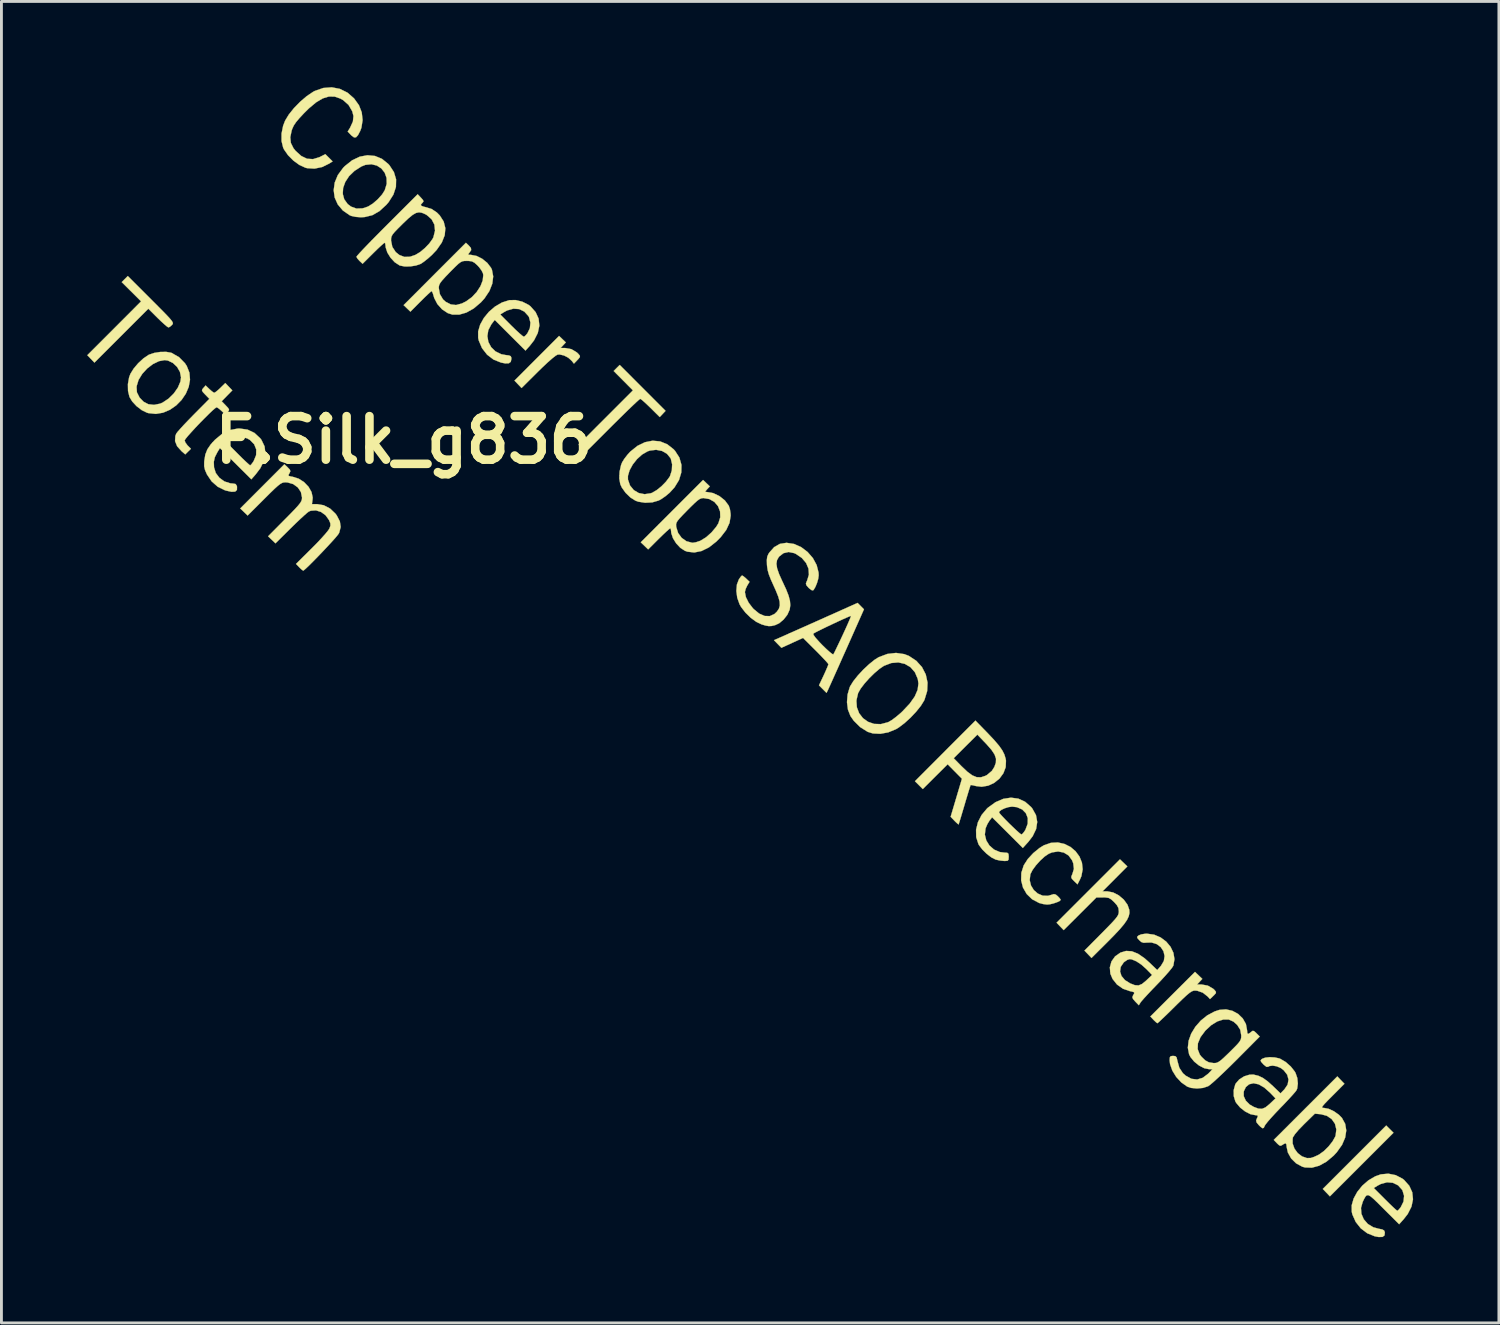
<source format=kicad_pcb>
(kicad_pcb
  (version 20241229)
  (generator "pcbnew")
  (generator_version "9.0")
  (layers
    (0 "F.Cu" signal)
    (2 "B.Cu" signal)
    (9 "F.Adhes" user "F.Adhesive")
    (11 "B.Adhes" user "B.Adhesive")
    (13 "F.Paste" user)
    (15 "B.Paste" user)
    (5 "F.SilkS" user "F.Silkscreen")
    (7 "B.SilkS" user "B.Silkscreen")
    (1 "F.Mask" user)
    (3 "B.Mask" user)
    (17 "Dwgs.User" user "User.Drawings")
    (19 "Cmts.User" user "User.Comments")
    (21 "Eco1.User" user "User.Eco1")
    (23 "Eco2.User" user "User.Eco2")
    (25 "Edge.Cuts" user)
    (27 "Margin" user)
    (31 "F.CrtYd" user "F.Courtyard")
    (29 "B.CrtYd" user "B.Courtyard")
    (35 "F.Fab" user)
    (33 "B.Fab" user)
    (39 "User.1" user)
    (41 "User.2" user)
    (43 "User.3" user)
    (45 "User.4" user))
  (footprint "F.Silk_g836"
    (layer "F.Cu")
    (at 11.072 12.342)
    (property "Reference" "F.Silk_g836" (at 0 0 0) (layer "F.SilkS") (effects (font (size 1.524 1.524) (thickness 0.3))))
    (attr through_hole)
    (fp_poly (pts (xy 34.501 24.11) (xy 34.628 24.237) (xy 33.516 25.349) (xy 32.403 26.461) (xy 32.279 26.331) (xy 32.155 26.202) (xy 34.374 23.983) (xy 34.501 24.11)) (stroke (width 0.01) (type solid)) (fill yes) (layer "F.SilkS"))
    (fp_poly (pts (xy 8.36 -1.821) (xy 9.161 -1.019) (xy 9.06 -0.91) (xy 8.958 -0.802) (xy 8.637 -1.121) (xy 8.502 -1.251) (xy 8.387 -1.356) (xy 8.306 -1.422) (xy 8.276 -1.439) (xy 8.237 -1.41) (xy 8.146 -1.329) (xy 8.01 -1.201) (xy 7.837 -1.035) (xy 7.636 -0.838) (xy 7.412 -0.617) (xy 7.301 -0.507) (xy 6.368 0.426) (xy 6.244 0.296) (xy 6.12 0.167) (xy 8.021 -1.735) (xy 7.684 -2.074) (xy 7.347 -2.413) (xy 7.452 -2.519) (xy 7.558 -2.624) (xy 8.36 -1.821)) (stroke (width 0.01) (type solid)) (fill yes) (layer "F.SilkS"))
    (fp_poly (pts (xy -8.839 -4.923) (xy -8.598 -4.681) (xy -8.41 -4.492) (xy -8.271 -4.348) (xy -8.174 -4.242) (xy -8.113 -4.167) (xy -8.081 -4.114) (xy -8.074 -4.077) (xy -8.084 -4.049) (xy -8.105 -4.024) (xy -8.178 -3.959) (xy -8.229 -3.937) (xy -8.276 -3.965) (xy -8.367 -4.042) (xy -8.49 -4.154) (xy -8.604 -4.264) (xy -8.933 -4.592) (xy -10.819 -2.707) (xy -10.943 -2.836) (xy -11.067 -2.966) (xy -10.126 -3.907) (xy -9.186 -4.849) (xy -9.864 -5.523) (xy -9.757 -5.629) (xy -9.651 -5.735) (xy -8.839 -4.923)) (stroke (width 0.01) (type solid)) (fill yes) (layer "F.SilkS"))
    (fp_poly (pts (xy 5.555 -3.526) (xy 5.673 -3.413) (xy 5.581 -3.315) (xy 5.489 -3.217) (xy 5.646 -3.217) (xy 5.868 -3.177) (xy 6.061 -3.061) (xy 6.114 -3.009) (xy 6.163 -2.949) (xy 6.165 -2.902) (xy 6.117 -2.839) (xy 6.076 -2.795) (xy 5.957 -2.671) (xy 5.879 -2.769) (xy 5.76 -2.877) (xy 5.608 -2.956) (xy 5.457 -2.991) (xy 5.383 -2.986) (xy 5.314 -2.946) (xy 5.195 -2.852) (xy 5.037 -2.713) (xy 4.848 -2.535) (xy 4.697 -2.388) (xy 4.124 -1.818) (xy 3.877 -2.077) (xy 5.437 -3.639) (xy 5.555 -3.526)) (stroke (width 0.01) (type solid)) (fill yes) (layer "F.SilkS"))
    (fp_poly (pts (xy 27.812 18.731) (xy 27.94 18.854) (xy 27.848 18.952) (xy 27.756 19.05) (xy 27.914 19.05) (xy 28.131 19.089) (xy 28.319 19.197) (xy 28.374 19.25) (xy 28.417 19.307) (xy 28.413 19.354) (xy 28.354 19.42) (xy 28.328 19.445) (xy 28.209 19.56) (xy 28.127 19.47) (xy 27.959 19.337) (xy 27.762 19.268) (xy 27.681 19.262) (xy 27.626 19.268) (xy 27.565 19.294) (xy 27.488 19.346) (xy 27.385 19.432) (xy 27.247 19.56) (xy 27.064 19.738) (xy 26.968 19.833) (xy 26.788 20.011) (xy 26.628 20.166) (xy 26.499 20.289) (xy 26.41 20.372) (xy 26.37 20.404) (xy 26.369 20.405) (xy 26.329 20.377) (xy 26.255 20.309) (xy 26.234 20.287) (xy 26.122 20.169) (xy 26.903 19.389) (xy 27.684 18.609) (xy 27.812 18.731)) (stroke (width 0.01) (type solid)) (fill yes) (layer "F.SilkS"))
    (fp_poly (pts (xy 25.317 14.919) (xy 24.883 15.355) (xy 24.449 15.79) (xy 24.618 15.791) (xy 24.82 15.83) (xy 25.018 15.932) (xy 25.193 16.081) (xy 25.323 16.26) (xy 25.385 16.436) (xy 25.391 16.547) (xy 25.366 16.662) (xy 25.306 16.789) (xy 25.204 16.937) (xy 25.055 17.115) (xy 24.851 17.332) (xy 24.648 17.538) (xy 24.063 18.121) (xy 23.817 17.864) (xy 24.418 17.258) (xy 24.623 17.05) (xy 24.775 16.892) (xy 24.883 16.774) (xy 24.953 16.686) (xy 24.994 16.618) (xy 25.013 16.561) (xy 25.019 16.503) (xy 25.019 16.491) (xy 25.006 16.378) (xy 24.955 16.279) (xy 24.855 16.166) (xy 24.749 16.069) (xy 24.66 16.02) (xy 24.549 16.004) (xy 24.464 16.002) (xy 24.237 16.002) (xy 23.09 17.147) (xy 22.966 17.018) (xy 22.842 16.888) (xy 25.059 14.671) (xy 25.317 14.919)) (stroke (width 0.01) (type solid)) (fill yes) (layer "F.SilkS"))
    (fp_poly (pts (xy -1.004 -9.936) (xy -0.758 -9.834) (xy -0.538 -9.655) (xy -0.498 -9.611) (xy -0.341 -9.371) (xy -0.265 -9.116) (xy -0.271 -8.852) (xy -0.359 -8.585) (xy -0.527 -8.32) (xy -0.608 -8.226) (xy -0.847 -8.006) (xy -1.094 -7.865) (xy -1.361 -7.799) (xy -1.503 -7.791) (xy -1.68 -7.805) (xy -1.831 -7.838) (xy -1.884 -7.859) (xy -2.13 -8.03) (xy -2.306 -8.241) (xy -2.413 -8.48) (xy -2.431 -8.611) (xy -2.131 -8.611) (xy -2.079 -8.419) (xy -1.959 -8.254) (xy -1.843 -8.165) (xy -1.653 -8.096) (xy -1.436 -8.103) (xy -1.249 -8.165) (xy -1.079 -8.27) (xy -0.905 -8.421) (xy -0.753 -8.591) (xy -0.661 -8.738) (xy -0.593 -8.96) (xy -0.598 -9.168) (xy -0.664 -9.351) (xy -0.781 -9.499) (xy -0.939 -9.601) (xy -1.127 -9.646) (xy -1.336 -9.625) (xy -1.478 -9.569) (xy -1.72 -9.414) (xy -1.91 -9.23) (xy -2.043 -9.027) (xy -2.118 -8.817) (xy -2.131 -8.611) (xy -2.431 -8.611) (xy -2.448 -8.739) (xy -2.412 -9.005) (xy -2.302 -9.27) (xy -2.117 -9.521) (xy -2.057 -9.582) (xy -1.802 -9.785) (xy -1.535 -9.911) (xy -1.266 -9.961) (xy -1.004 -9.936)) (stroke (width 0.01) (type solid)) (fill yes) (layer "F.SilkS"))
    (fp_poly (pts (xy -6.117 -1.863) (xy -5.995 -1.735) (xy -6.367 -1.355) (xy -6.224 -1.208) (xy -6.14 -1.118) (xy -6.109 -1.062) (xy -6.124 -1.016) (xy -6.16 -0.974) (xy -6.238 -0.887) (xy -6.37 -1.015) (xy -6.46 -1.094) (xy -6.53 -1.139) (xy -6.545 -1.143) (xy -6.593 -1.113) (xy -6.686 -1.033) (xy -6.812 -0.913) (xy -6.96 -0.766) (xy -7.119 -0.605) (xy -7.276 -0.44) (xy -7.42 -0.283) (xy -7.541 -0.148) (xy -7.625 -0.046) (xy -7.662 0.012) (xy -7.662 0.016) (xy -7.634 0.093) (xy -7.565 0.186) (xy -7.553 0.198) (xy -7.443 0.308) (xy -7.542 0.406) (xy -7.641 0.504) (xy -7.774 0.389) (xy -7.926 0.219) (xy -7.998 0.04) (xy -7.987 -0.142) (xy -7.954 -0.225) (xy -7.91 -0.284) (xy -7.816 -0.391) (xy -7.684 -0.535) (xy -7.522 -0.704) (xy -7.352 -0.878) (xy -6.797 -1.438) (xy -6.941 -1.586) (xy -7.025 -1.676) (xy -7.056 -1.732) (xy -7.042 -1.777) (xy -7.006 -1.82) (xy -6.928 -1.907) (xy -6.796 -1.779) (xy -6.706 -1.7) (xy -6.639 -1.655) (xy -6.625 -1.651) (xy -6.576 -1.679) (xy -6.489 -1.75) (xy -6.413 -1.821) (xy -6.24 -1.991) (xy -6.117 -1.863)) (stroke (width 0.01) (type solid)) (fill yes) (layer "F.SilkS"))
    (fp_poly (pts (xy -8.136 -3.052) (xy -8.117 -3.045) (xy -7.859 -2.897) (xy -7.652 -2.686) (xy -7.589 -2.59) (xy -7.495 -2.354) (xy -7.475 -2.107) (xy -7.52 -1.859) (xy -7.621 -1.62) (xy -7.77 -1.4) (xy -7.958 -1.209) (xy -8.176 -1.057) (xy -8.416 -0.955) (xy -8.669 -0.912) (xy -8.927 -0.939) (xy -8.98 -0.954) (xy -9.162 -1.043) (xy -9.345 -1.183) (xy -9.499 -1.35) (xy -9.592 -1.505) (xy -9.643 -1.714) (xy -9.646 -1.872) (xy -9.345 -1.872) (xy -9.333 -1.668) (xy -9.239 -1.482) (xy -9.1 -1.339) (xy -8.933 -1.251) (xy -8.733 -1.228) (xy -8.522 -1.27) (xy -8.433 -1.308) (xy -8.223 -1.448) (xy -8.04 -1.63) (xy -7.898 -1.834) (xy -7.81 -2.043) (xy -7.789 -2.189) (xy -7.827 -2.382) (xy -7.927 -2.556) (xy -8.073 -2.694) (xy -8.247 -2.778) (xy -8.363 -2.794) (xy -8.561 -2.757) (xy -8.771 -2.655) (xy -8.972 -2.502) (xy -9.146 -2.312) (xy -9.275 -2.101) (xy -9.276 -2.098) (xy -9.345 -1.872) (xy -9.646 -1.872) (xy -9.647 -1.956) (xy -9.605 -2.193) (xy -9.56 -2.313) (xy -9.447 -2.496) (xy -9.287 -2.685) (xy -9.105 -2.853) (xy -8.928 -2.974) (xy -8.906 -2.985) (xy -8.725 -3.046) (xy -8.514 -3.079) (xy -8.306 -3.082) (xy -8.136 -3.052)) (stroke (width 0.01) (type solid)) (fill yes) (layer "F.SilkS"))
    (fp_poly (pts (xy 8.972 0.05) (xy 9.22 0.15) (xy 9.444 0.326) (xy 9.494 0.381) (xy 9.646 0.617) (xy 9.718 0.872) (xy 9.713 1.136) (xy 9.632 1.402) (xy 9.475 1.659) (xy 9.304 1.846) (xy 9.164 1.963) (xy 9.016 2.066) (xy 8.921 2.118) (xy 8.697 2.183) (xy 8.447 2.196) (xy 8.208 2.159) (xy 8.107 2.122) (xy 7.93 2.01) (xy 7.764 1.848) (xy 7.633 1.666) (xy 7.578 1.546) (xy 7.55 1.384) (xy 7.846 1.384) (xy 7.918 1.592) (xy 8.05 1.753) (xy 8.225 1.857) (xy 8.43 1.897) (xy 8.648 1.864) (xy 8.698 1.845) (xy 8.851 1.755) (xy 9.02 1.619) (xy 9.176 1.459) (xy 9.294 1.303) (xy 9.317 1.263) (xy 9.382 1.064) (xy 9.392 0.851) (xy 9.347 0.661) (xy 9.336 0.637) (xy 9.212 0.484) (xy 9.038 0.384) (xy 8.832 0.344) (xy 8.616 0.37) (xy 8.531 0.399) (xy 8.34 0.51) (xy 8.163 0.67) (xy 8.013 0.86) (xy 7.903 1.061) (xy 7.846 1.255) (xy 7.846 1.384) (xy 7.55 1.384) (xy 7.543 1.342) (xy 7.554 1.107) (xy 7.605 0.878) (xy 7.643 0.783) (xy 7.717 0.662) (xy 7.828 0.518) (xy 7.926 0.41) (xy 8.177 0.207) (xy 8.441 0.079) (xy 8.709 0.026) (xy 8.972 0.05)) (stroke (width 0.01) (type solid)) (fill yes) (layer "F.SilkS"))
    (fp_poly (pts (xy 20.448 10.274) (xy 20.666 10.506) (xy 20.828 10.696) (xy 20.942 10.858) (xy 21.016 11.005) (xy 21.059 11.15) (xy 21.071 11.219) (xy 21.061 11.447) (xy 20.981 11.659) (xy 20.844 11.846) (xy 20.662 11.994) (xy 20.451 12.093) (xy 20.222 12.132) (xy 20.024 12.108) (xy 19.914 12.081) (xy 19.844 12.071) (xy 19.833 12.073) (xy 19.818 12.116) (xy 19.783 12.226) (xy 19.733 12.391) (xy 19.671 12.596) (xy 19.622 12.764) (xy 19.555 12.989) (xy 19.497 13.184) (xy 19.451 13.334) (xy 19.422 13.427) (xy 19.414 13.451) (xy 19.382 13.429) (xy 19.311 13.364) (xy 19.269 13.322) (xy 19.135 13.183) (xy 19.531 11.851) (xy 19.031 11.345) (xy 18.596 11.778) (xy 18.161 12.212) (xy 18.024 12.075) (xy 17.887 11.938) (xy 18.69 11.133) (xy 19.242 11.133) (xy 19.516 11.413) (xy 19.721 11.607) (xy 19.894 11.734) (xy 20.048 11.797) (xy 20.196 11.801) (xy 20.35 11.75) (xy 20.409 11.719) (xy 20.578 11.576) (xy 20.664 11.44) (xy 20.718 11.291) (xy 20.723 11.152) (xy 20.674 11.007) (xy 20.567 10.844) (xy 20.396 10.648) (xy 20.362 10.612) (xy 20.07 10.308) (xy 19.656 10.72) (xy 19.242 11.133) (xy 18.69 11.133) (xy 18.945 10.877) (xy 20.003 9.817) (xy 20.448 10.274)) (stroke (width 0.01) (type solid)) (fill yes) (layer "F.SilkS"))
    (fp_poly (pts (xy 23.118 14.133) (xy 23.328 14.238) (xy 23.506 14.389) (xy 23.643 14.575) (xy 23.729 14.789) (xy 23.754 15.02) (xy 23.71 15.259) (xy 23.661 15.373) (xy 23.573 15.546) (xy 23.451 15.429) (xy 23.375 15.349) (xy 23.354 15.291) (xy 23.379 15.218) (xy 23.391 15.194) (xy 23.448 15.007) (xy 23.425 14.811) (xy 23.382 14.702) (xy 23.261 14.537) (xy 23.094 14.434) (xy 22.895 14.396) (xy 22.682 14.429) (xy 22.568 14.476) (xy 22.425 14.572) (xy 22.269 14.715) (xy 22.12 14.88) (xy 21.999 15.046) (xy 21.926 15.189) (xy 21.923 15.2) (xy 21.901 15.399) (xy 21.946 15.586) (xy 22.045 15.747) (xy 22.185 15.869) (xy 22.354 15.941) (xy 22.538 15.948) (xy 22.651 15.916) (xy 22.747 15.887) (xy 22.817 15.906) (xy 22.883 15.961) (xy 22.954 16.036) (xy 22.987 16.087) (xy 22.987 16.089) (xy 22.95 16.128) (xy 22.856 16.172) (xy 22.732 16.214) (xy 22.605 16.244) (xy 22.51 16.253) (xy 22.37 16.235) (xy 22.231 16.198) (xy 21.986 16.068) (xy 21.796 15.884) (xy 21.666 15.658) (xy 21.602 15.407) (xy 21.609 15.142) (xy 21.693 14.88) (xy 21.698 14.872) (xy 21.834 14.661) (xy 22.026 14.453) (xy 22.244 14.274) (xy 22.399 14.179) (xy 22.644 14.094) (xy 22.887 14.081) (xy 23.118 14.133)) (stroke (width 0.01) (type solid)) (fill yes) (layer "F.SilkS"))
    (fp_poly (pts (xy 4.15 -4.838) (xy 4.365 -4.729) (xy 4.436 -4.676) (xy 4.617 -4.472) (xy 4.721 -4.244) (xy 4.746 -3.999) (xy 4.692 -3.743) (xy 4.561 -3.485) (xy 4.415 -3.297) (xy 4.261 -3.127) (xy 3.186 -4.2) (xy 3.069 -4.047) (xy 2.961 -3.844) (xy 2.928 -3.634) (xy 2.963 -3.429) (xy 3.06 -3.246) (xy 3.212 -3.099) (xy 3.411 -3.001) (xy 3.558 -2.973) (xy 3.683 -2.957) (xy 3.745 -2.932) (xy 3.766 -2.882) (xy 3.768 -2.835) (xy 3.747 -2.734) (xy 3.679 -2.683) (xy 3.553 -2.679) (xy 3.408 -2.707) (xy 3.144 -2.812) (xy 2.918 -2.985) (xy 2.741 -3.212) (xy 2.628 -3.477) (xy 2.607 -3.569) (xy 2.606 -3.797) (xy 2.676 -4.035) (xy 2.805 -4.268) (xy 2.906 -4.391) (xy 3.379 -4.391) (xy 3.774 -3.994) (xy 3.923 -3.849) (xy 4.053 -3.729) (xy 4.15 -3.646) (xy 4.204 -3.612) (xy 4.209 -3.611) (xy 4.261 -3.652) (xy 4.329 -3.732) (xy 4.329 -3.732) (xy 4.415 -3.909) (xy 4.435 -4.106) (xy 4.386 -4.293) (xy 4.365 -4.332) (xy 4.222 -4.491) (xy 4.043 -4.579) (xy 3.839 -4.593) (xy 3.621 -4.532) (xy 3.52 -4.478) (xy 3.379 -4.391) (xy 2.906 -4.391) (xy 2.983 -4.484) (xy 3.198 -4.669) (xy 3.439 -4.809) (xy 3.695 -4.891) (xy 3.916 -4.895) (xy 4.15 -4.838)) (stroke (width 0.01) (type solid)) (fill yes) (layer "F.SilkS"))
    (fp_poly (pts (xy -5.462 -0.362) (xy -5.22 -0.247) (xy -5.019 -0.06) (xy -4.975 -0.002) (xy -4.866 0.225) (xy -4.837 0.47) (xy -4.887 0.727) (xy -5.016 0.99) (xy -5.18 1.206) (xy -5.329 1.376) (xy -6.428 0.283) (xy -6.517 0.427) (xy -6.606 0.601) (xy -6.642 0.763) (xy -6.635 0.958) (xy -6.635 0.958) (xy -6.573 1.156) (xy -6.445 1.325) (xy -6.27 1.451) (xy -6.064 1.517) (xy -5.975 1.524) (xy -5.882 1.54) (xy -5.838 1.603) (xy -5.83 1.64) (xy -5.833 1.748) (xy -5.895 1.806) (xy -6.02 1.813) (xy -6.211 1.772) (xy -6.253 1.759) (xy -6.503 1.638) (xy -6.717 1.45) (xy -6.88 1.209) (xy -6.883 1.203) (xy -6.95 1.049) (xy -6.979 0.92) (xy -6.978 0.771) (xy -6.974 0.725) (xy -6.939 0.51) (xy -6.867 0.327) (xy -6.746 0.151) (xy -6.691 0.091) (xy -6.194 0.091) (xy -5.796 0.49) (xy -5.648 0.638) (xy -5.52 0.76) (xy -5.424 0.847) (xy -5.374 0.888) (xy -5.37 0.889) (xy -5.332 0.856) (xy -5.271 0.774) (xy -5.247 0.737) (xy -5.162 0.531) (xy -5.157 0.331) (xy -5.23 0.151) (xy -5.376 0.002) (xy -5.472 -0.055) (xy -5.666 -0.108) (xy -5.872 -0.079) (xy -6.055 0.007) (xy -6.194 0.091) (xy -6.691 0.091) (xy -6.599 -0.009) (xy -6.35 -0.216) (xy -6.092 -0.344) (xy -5.812 -0.398) (xy -5.736 -0.4) (xy -5.462 -0.362)) (stroke (width 0.01) (type solid)) (fill yes) (layer "F.SilkS"))
    (fp_poly (pts (xy -2.231 -12.282) (xy -1.968 -12.152) (xy -1.737 -11.951) (xy -1.564 -11.71) (xy -1.467 -11.461) (xy -1.437 -11.19) (xy -1.478 -10.925) (xy -1.518 -10.816) (xy -1.597 -10.664) (xy -1.666 -10.589) (xy -1.736 -10.585) (xy -1.821 -10.647) (xy -1.84 -10.666) (xy -1.958 -10.789) (xy -1.872 -10.93) (xy -1.776 -11.14) (xy -1.756 -11.333) (xy -1.799 -11.499) (xy -1.929 -11.722) (xy -2.116 -11.888) (xy -2.21 -11.942) (xy -2.411 -12.012) (xy -2.615 -12.016) (xy -2.83 -11.95) (xy -3.061 -11.813) (xy -3.315 -11.601) (xy -3.484 -11.434) (xy -3.65 -11.256) (xy -3.766 -11.118) (xy -3.844 -11.001) (xy -3.897 -10.887) (xy -3.918 -10.828) (xy -3.967 -10.592) (xy -3.947 -10.392) (xy -3.856 -10.208) (xy -3.779 -10.112) (xy -3.581 -9.934) (xy -3.38 -9.838) (xy -3.172 -9.825) (xy -2.95 -9.892) (xy -2.913 -9.91) (xy -2.74 -9.998) (xy -2.613 -9.872) (xy -2.487 -9.746) (xy -2.599 -9.673) (xy -2.851 -9.549) (xy -3.118 -9.493) (xy -3.377 -9.509) (xy -3.439 -9.525) (xy -3.648 -9.621) (xy -3.859 -9.775) (xy -4.046 -9.963) (xy -4.185 -10.162) (xy -4.216 -10.227) (xy -4.272 -10.456) (xy -4.272 -10.72) (xy -4.217 -10.992) (xy -4.149 -11.168) (xy -4.021 -11.381) (xy -3.838 -11.61) (xy -3.62 -11.833) (xy -3.39 -12.03) (xy -3.167 -12.18) (xy -3.11 -12.21) (xy -2.812 -12.314) (xy -2.515 -12.337) (xy -2.231 -12.282)) (stroke (width 0.01) (type solid)) (fill yes) (layer "F.SilkS"))
    (fp_poly (pts (xy 15.991 5.812) (xy 16.103 5.924) (xy 15.496 7.291) (xy 15.352 7.612) (xy 15.219 7.912) (xy 15.098 8.181) (xy 14.996 8.409) (xy 14.916 8.587) (xy 14.862 8.706) (xy 14.841 8.752) (xy 14.793 8.847) (xy 14.53 8.584) (xy 14.695 8.233) (xy 14.767 8.075) (xy 14.823 7.945) (xy 14.855 7.863) (xy 14.859 7.846) (xy 14.831 7.804) (xy 14.752 7.715) (xy 14.634 7.59) (xy 14.488 7.439) (xy 14.416 7.367) (xy 13.972 6.925) (xy 13.594 7.098) (xy 13.215 7.271) (xy 13.085 7.138) (xy 12.956 7.004) (xy 13.347 6.832) (xy 13.472 6.776) (xy 14.331 6.776) (xy 14.341 6.824) (xy 14.413 6.923) (xy 14.543 7.068) (xy 14.647 7.176) (xy 14.787 7.312) (xy 14.906 7.419) (xy 14.991 7.486) (xy 15.031 7.503) (xy 15.031 7.503) (xy 15.057 7.456) (xy 15.112 7.345) (xy 15.189 7.184) (xy 15.283 6.987) (xy 15.361 6.82) (xy 15.46 6.605) (xy 15.544 6.418) (xy 15.607 6.272) (xy 15.644 6.18) (xy 15.651 6.154) (xy 15.61 6.166) (xy 15.508 6.209) (xy 15.361 6.274) (xy 15.184 6.355) (xy 14.991 6.446) (xy 14.798 6.537) (xy 14.62 6.624) (xy 14.473 6.697) (xy 14.371 6.751) (xy 14.331 6.776) (xy 13.472 6.776) (xy 13.493 6.767) (xy 13.701 6.674) (xy 13.955 6.561) (xy 14.242 6.433) (xy 14.545 6.298) (xy 14.808 6.18) (xy 15.88 5.7) (xy 15.991 5.812)) (stroke (width 0.01) (type solid)) (fill yes) (layer "F.SilkS"))
    (fp_poly (pts (xy 32.911 22.523) (xy 32.49 22.946) (xy 32.325 23.112) (xy 32.214 23.228) (xy 32.151 23.302) (xy 32.129 23.344) (xy 32.142 23.363) (xy 32.183 23.368) (xy 32.197 23.368) (xy 32.362 23.4) (xy 32.546 23.486) (xy 32.718 23.608) (xy 32.824 23.717) (xy 32.938 23.924) (xy 32.976 24.156) (xy 32.938 24.404) (xy 32.828 24.66) (xy 32.645 24.917) (xy 32.533 25.038) (xy 32.283 25.248) (xy 32.027 25.39) (xy 31.774 25.458) (xy 31.533 25.45) (xy 31.438 25.424) (xy 31.221 25.306) (xy 31.048 25.136) (xy 30.934 24.93) (xy 30.893 24.746) (xy 30.88 24.638) (xy 30.86 24.613) (xy 31.1 24.613) (xy 31.164 24.793) (xy 31.278 24.948) (xy 31.428 25.063) (xy 31.597 25.122) (xy 31.729 25.12) (xy 31.845 25.083) (xy 31.984 25.02) (xy 32.032 24.994) (xy 32.196 24.875) (xy 32.357 24.716) (xy 32.495 24.541) (xy 32.588 24.376) (xy 32.603 24.335) (xy 32.629 24.12) (xy 32.581 23.923) (xy 32.467 23.76) (xy 32.298 23.644) (xy 32.091 23.589) (xy 31.877 23.569) (xy 31.501 23.937) (xy 31.312 24.131) (xy 31.181 24.286) (xy 31.11 24.397) (xy 31.1 24.426) (xy 31.1 24.613) (xy 30.86 24.613) (xy 30.852 24.603) (xy 30.789 24.63) (xy 30.75 24.657) (xy 30.686 24.692) (xy 30.632 24.678) (xy 30.556 24.609) (xy 30.551 24.603) (xy 30.44 24.487) (xy 31.551 23.376) (xy 32.663 22.265) (xy 32.911 22.523)) (stroke (width 0.01) (type solid)) (fill yes) (layer "F.SilkS"))
    (fp_poly (pts (xy 34.707 25.72) (xy 34.944 25.844) (xy 34.999 25.887) (xy 35.181 26.092) (xy 35.285 26.32) (xy 35.31 26.565) (xy 35.257 26.821) (xy 35.126 27.079) (xy 34.979 27.267) (xy 34.826 27.437) (xy 34.283 26.896) (xy 34.085 26.698) (xy 33.936 26.555) (xy 33.829 26.463) (xy 33.752 26.421) (xy 33.695 26.423) (xy 33.648 26.468) (xy 33.601 26.551) (xy 33.551 26.655) (xy 33.491 26.865) (xy 33.506 27.073) (xy 33.589 27.265) (xy 33.729 27.426) (xy 33.918 27.542) (xy 34.108 27.594) (xy 34.234 27.619) (xy 34.298 27.654) (xy 34.324 27.714) (xy 34.325 27.724) (xy 34.315 27.827) (xy 34.244 27.88) (xy 34.109 27.884) (xy 33.972 27.858) (xy 33.711 27.753) (xy 33.484 27.581) (xy 33.306 27.356) (xy 33.19 27.095) (xy 33.168 27) (xy 33.166 26.775) (xy 33.234 26.538) (xy 33.362 26.304) (xy 33.472 26.169) (xy 33.938 26.169) (xy 34.336 26.567) (xy 34.485 26.715) (xy 34.613 26.838) (xy 34.708 26.925) (xy 34.759 26.965) (xy 34.763 26.966) (xy 34.804 26.935) (xy 34.869 26.858) (xy 34.884 26.837) (xy 34.979 26.643) (xy 34.999 26.444) (xy 34.943 26.257) (xy 34.93 26.233) (xy 34.787 26.075) (xy 34.607 25.987) (xy 34.401 25.97) (xy 34.183 26.029) (xy 34.079 26.083) (xy 33.938 26.169) (xy 33.472 26.169) (xy 33.537 26.088) (xy 33.751 25.902) (xy 33.991 25.761) (xy 34.185 25.692) (xy 34.447 25.668) (xy 34.707 25.72)) (stroke (width 0.01) (type solid)) (fill yes) (layer "F.SilkS"))
    (fp_poly (pts (xy 17.513 7.492) (xy 17.672 7.553) (xy 17.933 7.725) (xy 18.132 7.945) (xy 18.265 8.203) (xy 18.327 8.487) (xy 18.314 8.784) (xy 18.223 9.082) (xy 18.205 9.121) (xy 18.093 9.302) (xy 17.928 9.507) (xy 17.732 9.715) (xy 17.523 9.905) (xy 17.323 10.057) (xy 17.223 10.118) (xy 16.951 10.229) (xy 16.676 10.279) (xy 16.417 10.267) (xy 16.232 10.21) (xy 15.97 10.045) (xy 15.744 9.82) (xy 15.63 9.657) (xy 15.543 9.435) (xy 15.509 9.174) (xy 15.514 9.114) (xy 15.838 9.114) (xy 15.854 9.35) (xy 15.934 9.56) (xy 16.068 9.733) (xy 16.246 9.86) (xy 16.458 9.933) (xy 16.693 9.941) (xy 16.943 9.875) (xy 16.969 9.863) (xy 17.082 9.796) (xy 17.229 9.686) (xy 17.385 9.554) (xy 17.449 9.494) (xy 17.703 9.224) (xy 17.879 8.975) (xy 17.98 8.743) (xy 18.009 8.521) (xy 17.986 8.361) (xy 17.886 8.127) (xy 17.731 7.949) (xy 17.533 7.833) (xy 17.306 7.782) (xy 17.06 7.803) (xy 16.808 7.899) (xy 16.804 7.9) (xy 16.646 8.007) (xy 16.467 8.159) (xy 16.285 8.338) (xy 16.119 8.525) (xy 15.985 8.702) (xy 15.901 8.85) (xy 15.897 8.861) (xy 15.838 9.114) (xy 15.514 9.114) (xy 15.53 8.904) (xy 15.604 8.652) (xy 15.621 8.615) (xy 15.729 8.441) (xy 15.888 8.241) (xy 16.079 8.035) (xy 16.282 7.845) (xy 16.477 7.688) (xy 16.623 7.597) (xy 16.924 7.485) (xy 17.225 7.45) (xy 17.513 7.492)) (stroke (width 0.01) (type solid)) (fill yes) (layer "F.SilkS"))
    (fp_poly (pts (xy 10.593 1.512) (xy 10.71 1.624) (xy 10.618 1.722) (xy 10.559 1.79) (xy 10.557 1.816) (xy 10.608 1.821) (xy 10.828 1.859) (xy 11.046 1.963) (xy 11.237 2.115) (xy 11.374 2.3) (xy 11.374 2.301) (xy 11.414 2.423) (xy 11.437 2.582) (xy 11.439 2.653) (xy 11.4 2.9) (xy 11.285 3.148) (xy 11.091 3.4) (xy 10.939 3.554) (xy 10.68 3.757) (xy 10.42 3.885) (xy 10.166 3.936) (xy 9.926 3.908) (xy 9.842 3.878) (xy 9.679 3.773) (xy 9.533 3.617) (xy 9.421 3.436) (xy 9.361 3.256) (xy 9.356 3.193) (xy 9.345 3.115) (xy 9.325 3.09) (xy 9.285 3.119) (xy 9.198 3.196) (xy 9.076 3.31) (xy 8.933 3.45) (xy 8.923 3.459) (xy 8.553 3.828) (xy 8.295 3.58) (xy 8.919 2.956) (xy 9.53 2.956) (xy 9.533 3.019) (xy 9.536 3.046) (xy 9.601 3.254) (xy 9.725 3.425) (xy 9.893 3.543) (xy 10.089 3.595) (xy 10.118 3.596) (xy 10.223 3.579) (xy 10.356 3.535) (xy 10.393 3.519) (xy 10.582 3.402) (xy 10.771 3.233) (xy 10.933 3.04) (xy 11.01 2.915) (xy 11.076 2.705) (xy 11.069 2.5) (xy 10.997 2.316) (xy 10.869 2.166) (xy 10.693 2.067) (xy 10.488 2.032) (xy 10.423 2.039) (xy 10.357 2.065) (xy 10.277 2.121) (xy 10.171 2.216) (xy 10.025 2.358) (xy 9.929 2.455) (xy 9.765 2.623) (xy 9.652 2.744) (xy 9.58 2.832) (xy 9.543 2.898) (xy 9.53 2.956) (xy 8.919 2.956) (xy 9.385 2.49) (xy 10.475 1.399) (xy 10.593 1.512)) (stroke (width 0.01) (type solid)) (fill yes) (layer "F.SilkS"))
    (fp_poly (pts (xy 21.504 12.548) (xy 21.742 12.658) (xy 21.951 12.842) (xy 21.995 12.897) (xy 22.121 13.124) (xy 22.164 13.364) (xy 22.126 13.611) (xy 22.006 13.861) (xy 21.859 14.053) (xy 21.661 14.273) (xy 21.124 13.736) (xy 20.586 13.2) (xy 20.495 13.316) (xy 20.421 13.437) (xy 20.361 13.579) (xy 20.356 13.595) (xy 20.332 13.807) (xy 20.382 14.01) (xy 20.493 14.189) (xy 20.653 14.329) (xy 20.852 14.415) (xy 21.014 14.436) (xy 21.115 14.442) (xy 21.158 14.477) (xy 21.167 14.565) (xy 21.167 14.584) (xy 21.161 14.681) (xy 21.128 14.721) (xy 21.041 14.728) (xy 21.008 14.728) (xy 20.857 14.712) (xy 20.712 14.68) (xy 20.71 14.679) (xy 20.562 14.604) (xy 20.398 14.479) (xy 20.245 14.328) (xy 20.128 14.174) (xy 20.107 14.136) (xy 20.03 13.896) (xy 20.025 13.636) (xy 20.09 13.372) (xy 20.219 13.119) (xy 20.296 13.027) (xy 20.828 13.027) (xy 20.857 13.071) (xy 20.934 13.158) (xy 21.044 13.274) (xy 21.174 13.406) (xy 21.309 13.537) (xy 21.435 13.656) (xy 21.537 13.747) (xy 21.601 13.796) (xy 21.613 13.801) (xy 21.66 13.767) (xy 21.724 13.682) (xy 21.752 13.636) (xy 21.831 13.425) (xy 21.834 13.228) (xy 21.767 13.057) (xy 21.638 12.926) (xy 21.453 12.846) (xy 21.285 12.827) (xy 21.16 12.844) (xy 21.027 12.885) (xy 20.911 12.94) (xy 20.84 12.998) (xy 20.828 13.027) (xy 20.296 13.027) (xy 20.408 12.893) (xy 20.44 12.864) (xy 20.705 12.672) (xy 20.977 12.555) (xy 21.246 12.514) (xy 21.504 12.548)) (stroke (width 0.01) (type solid)) (fill yes) (layer "F.SilkS"))
    (fp_poly (pts (xy 2.274 -6.807) (xy 2.352 -6.717) (xy 2.361 -6.643) (xy 2.303 -6.557) (xy 2.301 -6.554) (xy 2.258 -6.5) (xy 2.279 -6.479) (xy 2.354 -6.476) (xy 2.55 -6.438) (xy 2.749 -6.338) (xy 2.926 -6.194) (xy 3.056 -6.024) (xy 3.088 -5.956) (xy 3.132 -5.722) (xy 3.101 -5.47) (xy 2.999 -5.21) (xy 2.829 -4.955) (xy 2.7 -4.812) (xy 2.449 -4.6) (xy 2.194 -4.457) (xy 1.943 -4.385) (xy 1.705 -4.387) (xy 1.545 -4.437) (xy 1.344 -4.57) (xy 1.178 -4.756) (xy 1.069 -4.967) (xy 1.054 -5.018) (xy 1.02 -5.13) (xy 0.989 -5.198) (xy 0.978 -5.207) (xy 0.939 -5.179) (xy 0.854 -5.102) (xy 0.734 -4.988) (xy 0.594 -4.848) (xy 0.593 -4.848) (xy 0.236 -4.489) (xy 0.117 -4.603) (xy -0.002 -4.717) (xy 0.597 -5.316) (xy 1.228 -5.316) (xy 1.267 -5.101) (xy 1.376 -4.918) (xy 1.47 -4.834) (xy 1.649 -4.742) (xy 1.832 -4.721) (xy 2.033 -4.774) (xy 2.187 -4.851) (xy 2.386 -4.996) (xy 2.556 -5.178) (xy 2.686 -5.379) (xy 2.766 -5.582) (xy 2.785 -5.769) (xy 2.775 -5.827) (xy 2.729 -5.923) (xy 2.642 -6.041) (xy 2.585 -6.104) (xy 2.478 -6.201) (xy 2.386 -6.249) (xy 2.272 -6.264) (xy 2.214 -6.265) (xy 2.128 -6.264) (xy 2.058 -6.252) (xy 1.991 -6.22) (xy 1.911 -6.16) (xy 1.806 -6.06) (xy 1.658 -5.912) (xy 1.616 -5.869) (xy 1.456 -5.703) (xy 1.346 -5.581) (xy 1.278 -5.492) (xy 1.242 -5.42) (xy 1.229 -5.353) (xy 1.228 -5.316) (xy 0.597 -5.316) (xy 1.087 -5.808) (xy 2.177 -6.898) (xy 2.274 -6.807)) (stroke (width 0.01) (type solid)) (fill yes) (layer "F.SilkS"))
    (fp_poly (pts (xy 26.254 17.307) (xy 26.482 17.404) (xy 26.678 17.55) (xy 26.83 17.733) (xy 26.929 17.941) (xy 26.965 18.162) (xy 26.928 18.384) (xy 26.922 18.398) (xy 26.879 18.466) (xy 26.786 18.581) (xy 26.655 18.731) (xy 26.497 18.904) (xy 26.36 19.047) (xy 26.186 19.227) (xy 26.03 19.393) (xy 25.902 19.532) (xy 25.814 19.633) (xy 25.78 19.677) (xy 25.718 19.775) (xy 25.592 19.644) (xy 25.515 19.555) (xy 25.493 19.493) (xy 25.517 19.431) (xy 25.518 19.43) (xy 25.558 19.358) (xy 25.552 19.321) (xy 25.484 19.298) (xy 25.412 19.284) (xy 25.166 19.199) (xy 24.956 19.051) (xy 24.8 18.855) (xy 24.723 18.671) (xy 24.717 18.595) (xy 25.062 18.595) (xy 25.113 18.753) (xy 25.233 18.896) (xy 25.418 19.012) (xy 25.582 19.074) (xy 25.71 19.082) (xy 25.83 19.032) (xy 25.97 18.918) (xy 25.985 18.904) (xy 26.183 18.716) (xy 25.993 18.52) (xy 25.814 18.359) (xy 25.634 18.239) (xy 25.473 18.172) (xy 25.398 18.161) (xy 25.312 18.19) (xy 25.21 18.261) (xy 25.185 18.285) (xy 25.085 18.434) (xy 25.062 18.595) (xy 24.717 18.595) (xy 24.705 18.451) (xy 24.762 18.243) (xy 24.889 18.065) (xy 25.075 17.935) (xy 25.076 17.934) (xy 25.273 17.876) (xy 25.475 17.888) (xy 25.689 17.973) (xy 25.921 18.133) (xy 26.096 18.289) (xy 26.363 18.545) (xy 26.495 18.394) (xy 26.594 18.227) (xy 26.62 18.054) (xy 26.582 17.888) (xy 26.488 17.744) (xy 26.347 17.637) (xy 26.168 17.582) (xy 26.013 17.583) (xy 25.888 17.591) (xy 25.806 17.564) (xy 25.734 17.5) (xy 25.669 17.426) (xy 25.66 17.383) (xy 25.703 17.341) (xy 25.715 17.332) (xy 25.806 17.296) (xy 25.94 17.275) (xy 26.002 17.272) (xy 26.254 17.307)) (stroke (width 0.01) (type solid)) (fill yes) (layer "F.SilkS"))
    (fp_poly (pts (xy 0.606 -8.474) (xy 0.678 -8.392) (xy 0.693 -8.343) (xy 0.66 -8.3) (xy 0.658 -8.299) (xy 0.601 -8.235) (xy 0.617 -8.191) (xy 0.711 -8.158) (xy 0.75 -8.15) (xy 0.975 -8.082) (xy 1.159 -7.96) (xy 1.262 -7.856) (xy 1.4 -7.641) (xy 1.458 -7.409) (xy 1.436 -7.163) (xy 1.335 -6.909) (xy 1.155 -6.65) (xy 0.988 -6.472) (xy 0.849 -6.348) (xy 0.713 -6.24) (xy 0.607 -6.167) (xy 0.595 -6.161) (xy 0.43 -6.103) (xy 0.232 -6.072) (xy 0.035 -6.07) (xy -0.126 -6.101) (xy -0.149 -6.11) (xy -0.314 -6.219) (xy -0.46 -6.377) (xy -0.572 -6.559) (xy -0.63 -6.739) (xy -0.635 -6.797) (xy -0.646 -6.876) (xy -0.666 -6.9) (xy -0.706 -6.872) (xy -0.793 -6.795) (xy -0.915 -6.681) (xy -1.058 -6.541) (xy -1.067 -6.532) (xy -1.437 -6.164) (xy -1.544 -6.264) (xy -1.616 -6.344) (xy -1.651 -6.406) (xy -1.651 -6.411) (xy -1.622 -6.45) (xy -1.54 -6.542) (xy -1.411 -6.68) (xy -1.242 -6.856) (xy -1.116 -6.985) (xy -0.441 -6.985) (xy -0.441 -6.974) (xy -0.397 -6.755) (xy -0.278 -6.573) (xy -0.15 -6.471) (xy 0.027 -6.404) (xy 0.222 -6.41) (xy 0.411 -6.475) (xy 0.572 -6.572) (xy 0.742 -6.713) (xy 0.896 -6.874) (xy 1.009 -7.031) (xy 1.04 -7.091) (xy 1.097 -7.321) (xy 1.075 -7.535) (xy 0.977 -7.721) (xy 0.808 -7.869) (xy 0.759 -7.897) (xy 0.641 -7.948) (xy 0.536 -7.965) (xy 0.432 -7.942) (xy 0.313 -7.874) (xy 0.166 -7.753) (xy -0.021 -7.575) (xy -0.038 -7.558) (xy -0.202 -7.395) (xy -0.314 -7.278) (xy -0.385 -7.192) (xy -0.423 -7.124) (xy -0.439 -7.059) (xy -0.441 -6.985) (xy -1.116 -6.985) (xy -1.04 -7.063) (xy -0.811 -7.295) (xy -0.581 -7.526) (xy 0.49 -8.596) (xy 0.606 -8.474)) (stroke (width 0.01) (type solid)) (fill yes) (layer "F.SilkS"))
    (fp_poly (pts (xy 30.474 21.602) (xy 30.633 21.636) (xy 30.664 21.648) (xy 30.852 21.758) (xy 31.033 21.917) (xy 31.174 22.095) (xy 31.202 22.145) (xy 31.263 22.322) (xy 31.282 22.515) (xy 31.26 22.688) (xy 31.236 22.746) (xy 31.192 22.806) (xy 31.098 22.914) (xy 30.967 23.058) (xy 30.808 23.227) (xy 30.671 23.368) (xy 30.5 23.547) (xy 30.349 23.712) (xy 30.229 23.849) (xy 30.15 23.949) (xy 30.123 23.993) (xy 30.09 24.066) (xy 30.045 24.078) (xy 29.974 24.026) (xy 29.913 23.965) (xy 29.839 23.876) (xy 29.822 23.81) (xy 29.841 23.756) (xy 29.881 23.668) (xy 29.869 23.63) (xy 29.801 23.622) (xy 29.626 23.587) (xy 29.439 23.492) (xy 29.265 23.356) (xy 29.128 23.194) (xy 29.096 23.14) (xy 29.04 22.954) (xy 29.039 22.793) (xy 29.388 22.793) (xy 29.389 22.956) (xy 29.461 23.113) (xy 29.599 23.251) (xy 29.736 23.33) (xy 29.9 23.392) (xy 30.028 23.4) (xy 30.148 23.35) (xy 30.288 23.236) (xy 30.303 23.222) (xy 30.501 23.034) (xy 30.311 22.836) (xy 30.104 22.653) (xy 29.909 22.542) (xy 29.731 22.504) (xy 29.577 22.541) (xy 29.463 22.638) (xy 29.388 22.793) (xy 29.039 22.793) (xy 29.038 22.744) (xy 29.091 22.551) (xy 29.109 22.515) (xy 29.233 22.371) (xy 29.406 22.262) (xy 29.596 22.204) (xy 29.733 22.203) (xy 29.9 22.243) (xy 30.057 22.317) (xy 30.225 22.437) (xy 30.419 22.612) (xy 30.676 22.859) (xy 30.815 22.715) (xy 30.925 22.551) (xy 30.956 22.377) (xy 30.91 22.206) (xy 30.789 22.051) (xy 30.679 21.969) (xy 30.542 21.911) (xy 30.4 21.888) (xy 30.284 21.904) (xy 30.243 21.929) (xy 30.185 21.931) (xy 30.093 21.859) (xy 30.075 21.841) (xy 30 21.758) (xy 29.978 21.71) (xy 30.005 21.672) (xy 30.033 21.65) (xy 30.142 21.609) (xy 30.3 21.592) (xy 30.474 21.602)) (stroke (width 0.01) (type solid)) (fill yes) (layer "F.SilkS"))
    (fp_poly (pts (xy -4.055 0.961) (xy -3.981 1.04) (xy -3.964 1.095) (xy -3.994 1.16) (xy -3.998 1.167) (xy -4.031 1.226) (xy -4.017 1.258) (xy -3.942 1.278) (xy -3.882 1.288) (xy -3.671 1.355) (xy -3.482 1.477) (xy -3.328 1.638) (xy -3.224 1.822) (xy -3.183 2.012) (xy -3.187 2.076) (xy -3.209 2.244) (xy -3.029 2.244) (xy -2.796 2.284) (xy -2.576 2.398) (xy -2.388 2.576) (xy -2.339 2.642) (xy -2.232 2.85) (xy -2.204 3.045) (xy -2.254 3.239) (xy -2.27 3.272) (xy -2.315 3.334) (xy -2.405 3.441) (xy -2.531 3.581) (xy -2.681 3.743) (xy -2.845 3.917) (xy -3.012 4.091) (xy -3.171 4.253) (xy -3.311 4.393) (xy -3.423 4.499) (xy -3.495 4.561) (xy -3.514 4.572) (xy -3.557 4.544) (xy -3.632 4.476) (xy -3.653 4.454) (xy -3.766 4.336) (xy -3.212 3.787) (xy -3.03 3.603) (xy -2.867 3.429) (xy -2.732 3.277) (xy -2.638 3.161) (xy -2.597 3.098) (xy -2.562 2.996) (xy -2.566 2.913) (xy -2.611 2.803) (xy -2.612 2.802) (xy -2.732 2.634) (xy -2.89 2.519) (xy -3.068 2.463) (xy -3.246 2.475) (xy -3.315 2.502) (xy -3.375 2.547) (xy -3.482 2.64) (xy -3.626 2.773) (xy -3.794 2.933) (xy -3.947 3.083) (xy -4.485 3.616) (xy -4.614 3.493) (xy -4.742 3.37) (xy -4.149 2.772) (xy -3.946 2.566) (xy -3.795 2.409) (xy -3.689 2.292) (xy -3.62 2.205) (xy -3.58 2.137) (xy -3.561 2.08) (xy -3.556 2.022) (xy -3.556 2.014) (xy -3.595 1.822) (xy -3.702 1.661) (xy -3.863 1.544) (xy -4.062 1.486) (xy -4.135 1.482) (xy -4.195 1.485) (xy -4.252 1.502) (xy -4.318 1.539) (xy -4.402 1.604) (xy -4.514 1.705) (xy -4.665 1.851) (xy -4.864 2.049) (xy -4.877 2.062) (xy -5.459 2.643) (xy -5.588 2.519) (xy -5.717 2.395) (xy -4.173 0.849) (xy -4.055 0.961)) (stroke (width 0.01) (type solid)) (fill yes) (layer "F.SilkS"))
    (fp_poly (pts (xy 13.658 3.638) (xy 13.908 3.75) (xy 14.131 3.919) (xy 14.316 4.132) (xy 14.448 4.376) (xy 14.514 4.637) (xy 14.519 4.738) (xy 14.502 4.861) (xy 14.46 5.005) (xy 14.404 5.141) (xy 14.346 5.239) (xy 14.32 5.264) (xy 14.268 5.252) (xy 14.188 5.192) (xy 14.163 5.168) (xy 14.091 5.085) (xy 14.072 5.025) (xy 14.098 4.95) (xy 14.115 4.917) (xy 14.177 4.712) (xy 14.163 4.503) (xy 14.079 4.304) (xy 13.93 4.128) (xy 13.725 3.988) (xy 13.659 3.958) (xy 13.468 3.919) (xy 13.289 3.96) (xy 13.138 4.076) (xy 13.124 4.094) (xy 13.061 4.204) (xy 13.041 4.332) (xy 13.064 4.489) (xy 13.133 4.69) (xy 13.249 4.947) (xy 13.251 4.95) (xy 13.38 5.227) (xy 13.466 5.447) (xy 13.513 5.626) (xy 13.526 5.778) (xy 13.507 5.919) (xy 13.502 5.94) (xy 13.423 6.115) (xy 13.293 6.281) (xy 13.137 6.412) (xy 12.998 6.477) (xy 12.875 6.507) (xy 12.775 6.512) (xy 12.663 6.493) (xy 12.523 6.452) (xy 12.338 6.364) (xy 12.141 6.22) (xy 11.956 6.039) (xy 11.805 5.843) (xy 11.751 5.748) (xy 11.67 5.521) (xy 11.639 5.282) (xy 11.658 5.058) (xy 11.726 4.879) (xy 11.787 4.79) (xy 11.833 4.743) (xy 11.84 4.741) (xy 11.887 4.768) (xy 11.966 4.834) (xy 11.985 4.852) (xy 12.1 4.962) (xy 12.019 5.095) (xy 11.964 5.212) (xy 11.938 5.317) (xy 11.938 5.325) (xy 11.972 5.498) (xy 12.068 5.691) (xy 12.212 5.881) (xy 12.245 5.916) (xy 12.439 6.075) (xy 12.629 6.157) (xy 12.809 6.162) (xy 12.972 6.088) (xy 13.059 6.005) (xy 13.128 5.902) (xy 13.16 5.79) (xy 13.153 5.655) (xy 13.106 5.483) (xy 13.017 5.262) (xy 12.946 5.105) (xy 12.844 4.878) (xy 12.776 4.703) (xy 12.735 4.557) (xy 12.714 4.417) (xy 12.709 4.36) (xy 12.705 4.197) (xy 12.719 4.085) (xy 12.758 3.992) (xy 12.793 3.938) (xy 12.962 3.748) (xy 13.161 3.635) (xy 13.394 3.598) (xy 13.396 3.598) (xy 13.658 3.638)) (stroke (width 0.01) (type solid)) (fill yes) (layer "F.SilkS"))
    (fp_poly (pts (xy 28.992 19.971) (xy 29.193 20.08) (xy 29.355 20.238) (xy 29.465 20.432) (xy 29.506 20.651) (xy 29.506 20.657) (xy 29.516 20.757) (xy 29.552 20.779) (xy 29.627 20.728) (xy 29.642 20.714) (xy 29.698 20.672) (xy 29.747 20.678) (xy 29.817 20.738) (xy 29.835 20.757) (xy 29.949 20.871) (xy 29.125 21.699) (xy 28.901 21.921) (xy 28.688 22.127) (xy 28.497 22.307) (xy 28.336 22.454) (xy 28.215 22.557) (xy 28.143 22.609) (xy 28.143 22.609) (xy 27.964 22.668) (xy 27.754 22.688) (xy 27.549 22.668) (xy 27.411 22.621) (xy 27.206 22.476) (xy 27.028 22.284) (xy 26.892 22.064) (xy 26.812 21.838) (xy 26.797 21.706) (xy 26.803 21.602) (xy 26.834 21.558) (xy 26.909 21.548) (xy 26.919 21.548) (xy 26.998 21.557) (xy 27.04 21.6) (xy 27.064 21.7) (xy 27.068 21.721) (xy 27.136 21.964) (xy 27.259 22.151) (xy 27.358 22.239) (xy 27.56 22.349) (xy 27.76 22.373) (xy 27.956 22.314) (xy 28.145 22.171) (xy 28.17 22.146) (xy 28.295 22.013) (xy 28.179 22.013) (xy 28.007 21.978) (xy 27.824 21.883) (xy 27.656 21.747) (xy 27.526 21.588) (xy 27.477 21.492) (xy 27.443 21.311) (xy 27.777 21.311) (xy 27.85 21.498) (xy 27.906 21.572) (xy 28.04 21.703) (xy 28.17 21.773) (xy 28.328 21.798) (xy 28.359 21.799) (xy 28.425 21.794) (xy 28.492 21.768) (xy 28.573 21.714) (xy 28.682 21.62) (xy 28.83 21.479) (xy 28.904 21.407) (xy 29.066 21.245) (xy 29.178 21.128) (xy 29.247 21.043) (xy 29.285 20.974) (xy 29.3 20.909) (xy 29.302 20.833) (xy 29.302 20.827) (xy 29.267 20.633) (xy 29.162 20.466) (xy 29.031 20.349) (xy 28.867 20.276) (xy 28.675 20.275) (xy 28.466 20.341) (xy 28.254 20.471) (xy 28.049 20.661) (xy 27.877 20.891) (xy 27.786 21.108) (xy 27.777 21.311) (xy 27.443 21.311) (xy 27.433 21.263) (xy 27.461 21.017) (xy 27.551 20.769) (xy 27.696 20.53) (xy 27.886 20.313) (xy 28.113 20.13) (xy 28.368 19.994) (xy 28.537 19.938) (xy 28.768 19.92) (xy 28.992 19.971)) (stroke (width 0.01) (type solid)) (fill yes) (layer "F.SilkS")))
  (gr_rect
    (start -3 -3)
    (end 49.388 43.231)
    (stroke (width 0.1) (type default))
    (fill no)
    (layer "Edge.Cuts")))
</source>
